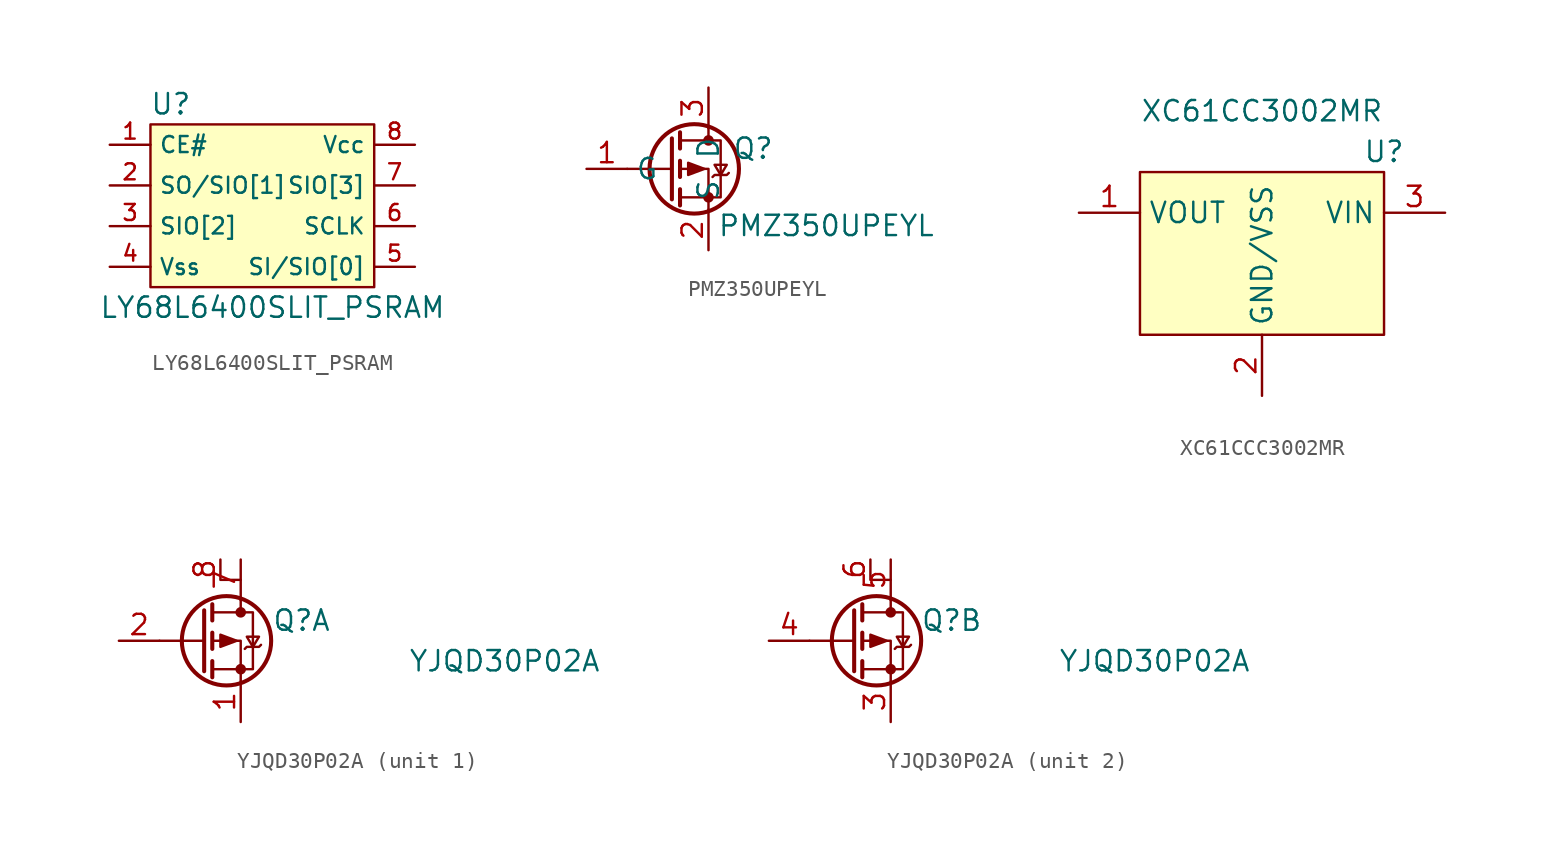
<source format=kicad_sym>
(kicad_symbol_lib
  (version 20211014)
  (generator kicad_symbol_editor)
  (symbol "LY68L6400SLIT_PSRAM"
    (property "Reference" "U"
      (at -5.08 6.35 0)
      (effects (font (size 1.27 1.27))))
    (property "Value" "LY68L6400SLIT_PSRAM"
      (at 1.27 -6.35 0)
      (effects (font (size 1.27 1.27))))
    (symbol "LY68L6400SLIT_PSRAM_0_1"
      (rectangle (start -6.35 5.08) (end 7.62 -5.08) (stroke (width 0) (type default) (color 0 0 0 0)) (fill (type background))))
    (symbol "LY68L6400SLIT_PSRAM_1_1"
      (pin input line (at -8.89 3.81 0) (length 2.54) (name "CE#" (effects (font (size 1 1)))) (number "1" (effects (font (size 1 1)))))
      (pin input line (at -8.89 1.27 0) (length 2.54) (name "SO/SIO[1]" (effects (font (size 1 1)))) (number "2" (effects (font (size 1 1)))))
      (pin input line (at -8.89 -1.27 0) (length 2.54) (name "SIO[2]" (effects (font (size 1 1)))) (number "3" (effects (font (size 1 1)))))
      (pin input line (at -8.89 -3.81 0) (length 2.54) (name "Vss" (effects (font (size 1 1)))) (number "4" (effects (font (size 1 1)))))
      (pin input line (at 10.16 -3.81 180) (length 2.54) (name "SI/SIO[0]" (effects (font (size 1 1)))) (number "5" (effects (font (size 1 1)))))
      (pin input line (at 10.16 -1.27 180) (length 2.54) (name "SCLK" (effects (font (size 1 1)))) (number "6" (effects (font (size 1 1)))))
      (pin input line (at 10.16 1.27 180) (length 2.54) (name "SIO[3]" (effects (font (size 1 1)))) (number "7" (effects (font (size 1 1)))))
      (pin input line (at 10.16 3.81 180) (length 2.54) (name "Vcc" (effects (font (size 1 1)))) (number "8" (effects (font (size 1 1)))))))
  (symbol "PMZ350UPEYL"
    (property "Reference" "Q"
      (at 2.794 1.27 0)
      (effects (font (size 1.27 1.27))))
    (property "Value" "PMZ350UPEYL"
      (at 7.366 -3.556 0)
      (effects (font (size 1.27 1.27))))
    (symbol "PMZ350UPEYL_0_1"
      (circle (center -0.889 0) (radius 2.794) (stroke (width 0.254) (type default) (color 0 0 0 0)) (fill (type none)))
      (circle (center 0 -1.778) (radius 0.254) (stroke (width 0) (type default) (color 0 0 0 0)) (fill (type outline)))
      (polyline (pts (xy -2.286 0) (xy -5.08 0)) (stroke (width 0) (type default) (color 0 0 0 0)) (fill (type none)))
      (polyline (pts (xy -2.286 1.905) (xy -2.286 -1.905)) (stroke (width 0.254) (type default) (color 0 0 0 0)) (fill (type none)))
      (polyline (pts (xy -1.778 -1.27) (xy -1.778 -2.286)) (stroke (width 0.254) (type default) (color 0 0 0 0)) (fill (type none)))
      (polyline (pts (xy -1.778 0.508) (xy -1.778 -0.508)) (stroke (width 0.254) (type default) (color 0 0 0 0)) (fill (type none)))
      (polyline (pts (xy -1.778 2.286) (xy -1.778 1.27)) (stroke (width 0.254) (type default) (color 0 0 0 0)) (fill (type none)))
      (polyline (pts (xy 0 2.54) (xy 0 1.778)) (stroke (width 0) (type default) (color 0 0 0 0)) (fill (type none)))
      (polyline (pts (xy 0 -2.54) (xy 0 0) (xy -1.778 0)) (stroke (width 0) (type default) (color 0 0 0 0)) (fill (type none)))
      (polyline (pts (xy -1.778 1.778) (xy 0.762 1.778) (xy 0.762 -1.778) (xy -1.778 -1.778)) (stroke (width 0) (type default) (color 0 0 0 0)) (fill (type none)))
      (polyline (pts (xy -0.254 0) (xy -1.27 0.381) (xy -1.27 -0.381) (xy -0.254 0)) (stroke (width 0) (type default) (color 0 0 0 0)) (fill (type outline)))
      (polyline (pts (xy 0.254 -0.508) (xy 0.381 -0.381) (xy 1.143 -0.381) (xy 1.27 -0.254)) (stroke (width 0) (type default) (color 0 0 0 0)) (fill (type none)))
      (polyline (pts (xy 0.762 -0.381) (xy 0.381 0.254) (xy 1.143 0.254) (xy 0.762 -0.381)) (stroke (width 0) (type default) (color 0 0 0 0)) (fill (type none)))
      (circle (center 0 1.778) (radius 0.254) (stroke (width 0) (type default) (color 0 0 0 0)) (fill (type outline))))
    (symbol "PMZ350UPEYL_1_1"
      (pin input line (at -7.62 0 0) (length 2.54) (name "G" (effects (font (size 1.27 1.27)))) (number "1" (effects (font (size 1.27 1.27)))))
      (pin passive line (at 0 -5.08 90) (length 2.54) (name "S" (effects (font (size 1.27 1.27)))) (number "2" (effects (font (size 1.27 1.27)))))
      (pin passive line (at 0 5.08 270) (length 2.54) (name "D" (effects (font (size 1.27 1.27)))) (number "3" (effects (font (size 1.27 1.27)))))))
  (symbol "XC61CCC3002MR"
    (property "Reference" "U"
      (at 7.62 5.08 0))
    (property "Value" "XC61CC3002MR"
      (at 0 7.62 0))
    (rectangle
      (start -7.62 3.81)
      (end 7.62 -6.35)
      (stroke (width 0) (type default) (color 0 0 0 0))
      (fill (type background)))
    (pin input line
      (at -11.43 1.27 0)
      (length 3.81)
      (name "VOUT" (effects (font (size 1.27 1.27))))
      (number "1" (effects (font (size 1.27 1.27)))))
    (pin bidirectional line
      (at 0 -10.16 90)
      (length 3.81)
      (name "GND/VSS" (effects (font (size 1.27 1.27))))
      (number "2" (effects (font (size 1.27 1.27)))))
    (pin bidirectional line
      (at 11.43 1.27 180)
      (length 3.81)
      (name "VIN" (effects (font (size 1.27 1.27))))
      (number "3" (effects (font (size 1.27 1.27))))))
  (symbol "YJQD30P02A"
    (pin_names
      (offset 0) hide)
    (property "Reference" "Q"
      (at 6.35 1.27 0)
      (effects (font (size 1.27 1.27))))
    (property "Value" "YJQD30P02A"
      (at 19.05 -1.27 0)
      (effects (font (size 1.27 1.27))))
    (symbol "YJQD30P02A_0_1"
      (polyline (pts (xy 0.254 0) (xy -2.54 0)) (stroke (width 0) (type default) (color 0 0 0 0)) (fill (type none)))
      (polyline (pts (xy 0.254 1.905) (xy 0.254 -1.905)) (stroke (width 0.254) (type default) (color 0 0 0 0)) (fill (type none)))
      (polyline (pts (xy 0.762 -1.27) (xy 0.762 -2.286)) (stroke (width 0.254) (type default) (color 0 0 0 0)) (fill (type none)))
      (polyline (pts (xy 0.762 0.508) (xy 0.762 -0.508)) (stroke (width 0.254) (type default) (color 0 0 0 0)) (fill (type none)))
      (polyline (pts (xy 0.762 2.286) (xy 0.762 1.27)) (stroke (width 0.254) (type default) (color 0 0 0 0)) (fill (type none)))
      (polyline (pts (xy 1.27 3.81) (xy 2.54 3.81)) (stroke (width 0) (type default) (color 0 0 0 0)) (fill (type none)))
      (polyline (pts (xy 2.54 2.54) (xy 2.54 1.778)) (stroke (width 0) (type default) (color 0 0 0 0)) (fill (type none)))
      (polyline (pts (xy 2.54 -2.54) (xy 2.54 0) (xy 0.762 0)) (stroke (width 0) (type default) (color 0 0 0 0)) (fill (type none)))
      (polyline (pts (xy 0.762 1.778) (xy 3.302 1.778) (xy 3.302 -1.778) (xy 0.762 -1.778)) (stroke (width 0) (type default) (color 0 0 0 0)) (fill (type none)))
      (polyline (pts (xy 2.286 0) (xy 1.27 0.381) (xy 1.27 -0.381) (xy 2.286 0)) (stroke (width 0) (type default) (color 0 0 0 0)) (fill (type outline)))
      (polyline (pts (xy 2.794 -0.508) (xy 2.921 -0.381) (xy 3.683 -0.381) (xy 3.81 -0.254)) (stroke (width 0) (type default) (color 0 0 0 0)) (fill (type none)))
      (polyline (pts (xy 3.302 -0.381) (xy 2.921 0.254) (xy 3.683 0.254) (xy 3.302 -0.381)) (stroke (width 0) (type default) (color 0 0 0 0)) (fill (type none)))
      (circle (center 1.651 0) (radius 2.794) (stroke (width 0.254) (type default) (color 0 0 0 0)) (fill (type none)))
      (circle (center 2.54 -1.778) (radius 0.254) (stroke (width 0) (type default) (color 0 0 0 0)) (fill (type outline)))
      (circle (center 2.54 1.778) (radius 0.254) (stroke (width 0) (type default) (color 0 0 0 0)) (fill (type outline))))
    (symbol "YJQD30P02A_1_1"
      (pin passive line (at 2.54 -5.08 90) (length 2.54) (name "S2" (effects (font (size 1.27 1.27)))) (number "1" (effects (font (size 1.27 1.27)))))
      (pin input line (at -5.08 0 0) (length 2.54) (name "G2" (effects (font (size 1.27 1.27)))) (number "2" (effects (font (size 1.27 1.27)))))
      (pin passive line (at 2.54 5.08 270) (length 2.54) (name "D2" (effects (font (size 1.27 1.27)))) (number "7" (effects (font (size 1.27 1.27)))))
      (pin passive line (at 1.27 5.08 270) (length 1.194) (name "D2" (effects (font (size 1.27 1.27)))) (number "8" (effects (font (size 1.27 1.27))))))
    (symbol "YJQD30P02A_2_1"
      (pin passive line (at 2.54 -5.08 90) (length 2.54) (name "S2" (effects (font (size 1.27 1.27)))) (number "3" (effects (font (size 1.27 1.27)))))
      (pin input line (at -5.08 0 0) (length 2.54) (name "G2" (effects (font (size 1.27 1.27)))) (number "4" (effects (font (size 1.27 1.27)))))
      (pin passive line (at 2.54 5.08 270) (length 2.54) (name "D2" (effects (font (size 1.27 1.27)))) (number "5" (effects (font (size 1.27 1.27)))))
      (pin passive line (at 1.27 5.08 270) (length 1.194) (name "D2" (effects (font (size 1.27 1.27)))) (number "6" (effects (font (size 1.27 1.27))))))))
</source>
